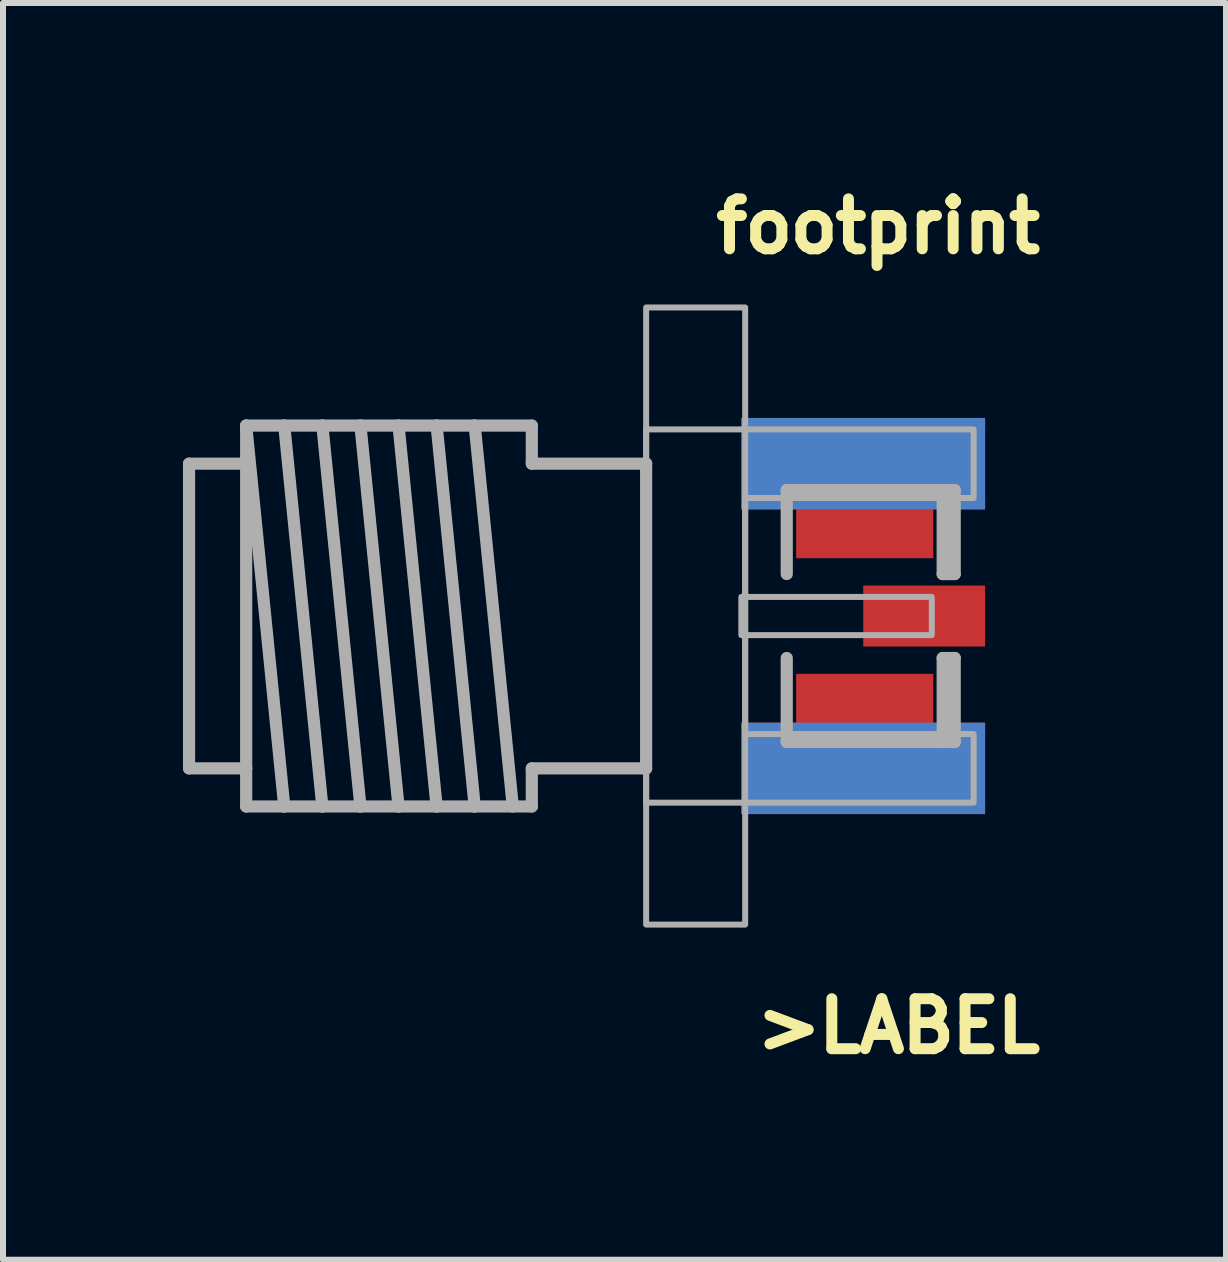
<source format=kicad_pcb>
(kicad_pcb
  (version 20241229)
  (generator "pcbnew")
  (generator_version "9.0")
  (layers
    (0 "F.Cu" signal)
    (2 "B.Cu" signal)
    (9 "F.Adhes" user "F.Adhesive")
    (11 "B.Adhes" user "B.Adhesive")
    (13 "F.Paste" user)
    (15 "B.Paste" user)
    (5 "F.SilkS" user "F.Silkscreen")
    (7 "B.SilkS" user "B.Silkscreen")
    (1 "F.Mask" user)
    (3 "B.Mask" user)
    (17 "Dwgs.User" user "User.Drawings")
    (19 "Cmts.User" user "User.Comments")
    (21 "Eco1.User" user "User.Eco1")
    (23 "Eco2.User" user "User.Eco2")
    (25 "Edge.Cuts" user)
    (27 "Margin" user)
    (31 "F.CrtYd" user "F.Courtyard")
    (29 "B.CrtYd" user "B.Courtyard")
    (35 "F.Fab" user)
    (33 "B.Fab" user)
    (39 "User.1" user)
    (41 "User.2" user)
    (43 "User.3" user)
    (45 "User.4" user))
  (footprint "footprint"
    (layer "F.Cu")
    (at 9.309 7.22)
    (property "Reference" "footprint" (at 5.08 -6.985 0) (layer "F.SilkS") (effects (font (size 0.833 0.833) (thickness 0.183)) (justify right top)))
    (fp_poly (pts (xy 3.2 -0.964) (xy 0.914 -0.964) (xy 0.914 -3.277) (xy 3.2 -3.277)) (stroke (width 0) (type solid)) (fill yes) (layer "F.Cu"))
    (fp_poly (pts (xy 3.2 3.277) (xy 0.914 3.277) (xy 0.914 0.964) (xy 3.2 0.964)) (stroke (width 0) (type solid)) (fill yes) (layer "F.Cu"))
    (fp_poly (pts (xy 0.889 -0.938) (xy 3.226 -0.938) (xy 3.226 -1.853) (xy 0.889 -1.853)) (stroke (width 0) (type solid)) (fill yes) (layer "F.Mask"))
    (fp_poly (pts (xy 3.226 0.938) (xy 0.889 0.938) (xy 0.889 1.853) (xy 3.226 1.853)) (stroke (width 0) (type solid)) (fill yes) (layer "F.Mask"))
    (fp_poly (pts (xy 0.991 -0.989) (xy 3.124 -0.989) (xy 3.124 -1.802) (xy 0.991 -1.802)) (stroke (width 0) (type solid)) (fill yes) (layer "F.Paste"))
    (fp_poly (pts (xy 3.124 0.989) (xy 0.991 0.989) (xy 0.991 1.802) (xy 3.124 1.802)) (stroke (width 0) (type solid)) (fill yes) (layer "F.Paste"))
    (fp_poly (pts (xy 3.2 0.483) (xy 3.962 0.483) (xy 3.962 -0.483) (xy 3.2 -0.483)) (stroke (width 0) (type solid)) (fill yes) (layer "F.Paste"))
    (fp_line (start -9.207 -2.54) (end -8.255 -2.54) (stroke (width 0.203) (type solid)) (layer "F.Fab"))
    (fp_line (start -9.207 2.54) (end -9.207 -2.54) (stroke (width 0.203) (type solid)) (layer "F.Fab"))
    (fp_line (start -8.255 -3.175) (end -7.62 -3.175) (stroke (width 0.203) (type solid)) (layer "F.Fab"))
    (fp_line (start -8.255 -3.175) (end -7.62 3.175) (stroke (width 0.203) (type solid)) (layer "F.Fab"))
    (fp_line (start -8.255 -2.54) (end -8.255 -3.175) (stroke (width 0.203) (type solid)) (layer "F.Fab"))
    (fp_line (start -8.255 -2.54) (end -8.255 2.54) (stroke (width 0.203) (type solid)) (layer "F.Fab"))
    (fp_line (start -8.255 2.54) (end -9.207 2.54) (stroke (width 0.203) (type solid)) (layer "F.Fab"))
    (fp_line (start -8.255 3.175) (end -8.255 2.54) (stroke (width 0.203) (type solid)) (layer "F.Fab"))
    (fp_line (start -7.62 -3.175) (end -6.985 -3.175) (stroke (width 0.203) (type solid)) (layer "F.Fab"))
    (fp_line (start -7.62 -3.175) (end -6.985 3.175) (stroke (width 0.203) (type solid)) (layer "F.Fab"))
    (fp_line (start -7.62 3.175) (end -8.255 3.175) (stroke (width 0.203) (type solid)) (layer "F.Fab"))
    (fp_line (start -6.985 -3.175) (end -6.35 -3.175) (stroke (width 0.203) (type solid)) (layer "F.Fab"))
    (fp_line (start -6.985 -3.175) (end -6.35 3.175) (stroke (width 0.203) (type solid)) (layer "F.Fab"))
    (fp_line (start -6.985 3.175) (end -7.62 3.175) (stroke (width 0.203) (type solid)) (layer "F.Fab"))
    (fp_line (start -6.35 -3.175) (end -5.715 -3.175) (stroke (width 0.203) (type solid)) (layer "F.Fab"))
    (fp_line (start -6.35 -3.175) (end -5.715 3.175) (stroke (width 0.203) (type solid)) (layer "F.Fab"))
    (fp_line (start -6.35 3.175) (end -6.985 3.175) (stroke (width 0.203) (type solid)) (layer "F.Fab"))
    (fp_line (start -5.715 -3.175) (end -5.08 -3.175) (stroke (width 0.203) (type solid)) (layer "F.Fab"))
    (fp_line (start -5.715 -3.175) (end -5.08 3.175) (stroke (width 0.203) (type solid)) (layer "F.Fab"))
    (fp_line (start -5.715 3.175) (end -6.35 3.175) (stroke (width 0.203) (type solid)) (layer "F.Fab"))
    (fp_line (start -5.08 -3.175) (end -4.445 -3.175) (stroke (width 0.203) (type solid)) (layer "F.Fab"))
    (fp_line (start -5.08 -3.175) (end -4.445 3.175) (stroke (width 0.203) (type solid)) (layer "F.Fab"))
    (fp_line (start -5.08 3.175) (end -5.715 3.175) (stroke (width 0.203) (type solid)) (layer "F.Fab"))
    (fp_line (start -4.445 -3.175) (end -3.81 3.175) (stroke (width 0.203) (type solid)) (layer "F.Fab"))
    (fp_line (start -4.445 -3.175) (end -3.493 -3.175) (stroke (width 0.203) (type solid)) (layer "F.Fab"))
    (fp_line (start -4.445 3.175) (end -5.08 3.175) (stroke (width 0.203) (type solid)) (layer "F.Fab"))
    (fp_line (start -3.493 -3.175) (end -3.493 -2.54) (stroke (width 0.203) (type solid)) (layer "F.Fab"))
    (fp_line (start -3.493 -2.54) (end -1.587 -2.54) (stroke (width 0.203) (type solid)) (layer "F.Fab"))
    (fp_line (start -3.493 2.54) (end -3.493 3.175) (stroke (width 0.203) (type solid)) (layer "F.Fab"))
    (fp_line (start -3.493 3.175) (end -4.445 3.175) (stroke (width 0.203) (type solid)) (layer "F.Fab"))
    (fp_line (start -1.587 -2.54) (end -1.587 2.54) (stroke (width 0.203) (type solid)) (layer "F.Fab"))
    (fp_line (start -1.587 2.54) (end -3.493 2.54) (stroke (width 0.203) (type solid)) (layer "F.Fab"))
    (fp_line (start 0.757 -0.7) (end 0.757 -2.1) (stroke (width 0.203) (type solid)) (layer "F.Fab"))
    (fp_line (start 0.757 2.1) (end 0.757 0.7) (stroke (width 0.203) (type solid)) (layer "F.Fab"))
    (fp_line (start 0.757 2.1) (end 3.357 2.1) (stroke (width 0.203) (type solid)) (layer "F.Fab"))
    (fp_line (start 3.357 -2.1) (end 0.757 -2.1) (stroke (width 0.203) (type solid)) (layer "F.Fab"))
    (fp_line (start 3.357 -0.7) (end 3.357 -2.1) (stroke (width 0.203) (type solid)) (layer "F.Fab"))
    (fp_line (start 3.357 2.1) (end 3.357 0.7) (stroke (width 0.203) (type solid)) (layer "F.Fab"))
    (fp_line (start 3.457 -0.7) (end 3.457 -2) (stroke (width 0.203) (type solid)) (layer "F.Fab"))
    (fp_line (start 3.457 2) (end 3.457 0.7) (stroke (width 0.203) (type solid)) (layer "F.Fab"))
    (fp_line (start 3.557 -2.1) (end 3.357 -2.1) (stroke (width 0.203) (type solid)) (layer "F.Fab"))
    (fp_line (start 3.557 -0.7) (end 3.357 -0.7) (stroke (width 0.203) (type solid)) (layer "F.Fab"))
    (fp_line (start 3.557 -0.7) (end 3.557 -2.1) (stroke (width 0.203) (type solid)) (layer "F.Fab"))
    (fp_line (start 3.557 0.7) (end 3.357 0.7) (stroke (width 0.203) (type solid)) (layer "F.Fab"))
    (fp_line (start 3.557 2.1) (end 3.357 2.1) (stroke (width 0.203) (type solid)) (layer "F.Fab"))
    (fp_line (start 3.557 2.1) (end 3.557 0.7) (stroke (width 0.203) (type solid)) (layer "F.Fab"))
    (fp_poly (pts (xy 0 0.318) (xy 3.175 0.318) (xy 3.175 -0.318) (xy 0 -0.318)) (stroke (width 0.1) (type solid)) (fill no) (layer "F.Fab"))
    (fp_poly (pts (xy 0.064 5.144) (xy -1.587 5.144) (xy -1.587 -5.144) (xy 0.064 -5.144)) (stroke (width 0.1) (type solid)) (fill no) (layer "F.Fab"))
    (fp_poly (pts (xy 3.873 -1.968) (xy 0.064 -1.968) (xy 0.064 1.968) (xy 3.873 1.968) (xy 3.873 3.111) (xy -1.587 3.111) (xy -1.587 -3.111) (xy 3.873 -3.111)) (stroke (width 0.1) (type solid)) (fill no) (layer "F.Fab"))
    (fp_text user ">LABEL" (at 5.08 6.35 0) (layer "F.SilkS") (effects (font (size 0.833 0.833) (thickness 0.183)) (justify right top)))
    (pad "GND@1" smd rect (at 2.032 2.54 90) (size 1.524 4.064) (layers "F.Cu" "F.Mask"))
    (pad "GND@2" smd rect (at 2.032 -2.54 90) (size 1.524 4.064) (layers "F.Cu" "F.Mask"))
    (pad "GND@3" smd rect (at 2.032 -2.54 90) (size 1.524 4.064) (layers "B.Cu" "B.Mask"))
    (pad "GND@4" smd rect (at 2.032 2.54 90) (size 1.524 4.064) (layers "B.Cu" "B.Mask"))
    (pad "P" smd rect (at 3.048 0 90) (size 1.016 2.032) (layers "F.Cu" "F.Mask"))
    (zone (net_name "") (layer "F.Cu") (hatch edge 0.508) (connect_pads) (min_thickness 0.254) (filled_areas_thickness no) (keepout (tracks not_allowed) (vias not_allowed) (pads not_allowed) (copperpour not_allowed) (footprints allowed)) (placement (enabled no)) (fill) (polygon (pts (xy 10.223 6.585) (xy 12.509 6.585) (xy 12.509 6.356) (xy 10.223 6.356))))
    (zone (net_name "") (layer "F.Cu") (hatch edge 0.508) (connect_pads) (min_thickness 0.254) (filled_areas_thickness no) (keepout (tracks not_allowed) (vias not_allowed) (pads not_allowed) (copperpour not_allowed) (footprints allowed)) (placement (enabled no)) (fill) (polygon (pts (xy 10.223 8.083) (xy 12.509 8.083) (xy 12.509 7.855) (xy 10.223 7.855)))))
  (gr_rect
    (start -3 -3)
    (end 17.389 17.952)
    (stroke (width 0.1) (type default))
    (fill no)
    (layer "Edge.Cuts")))
</source>
